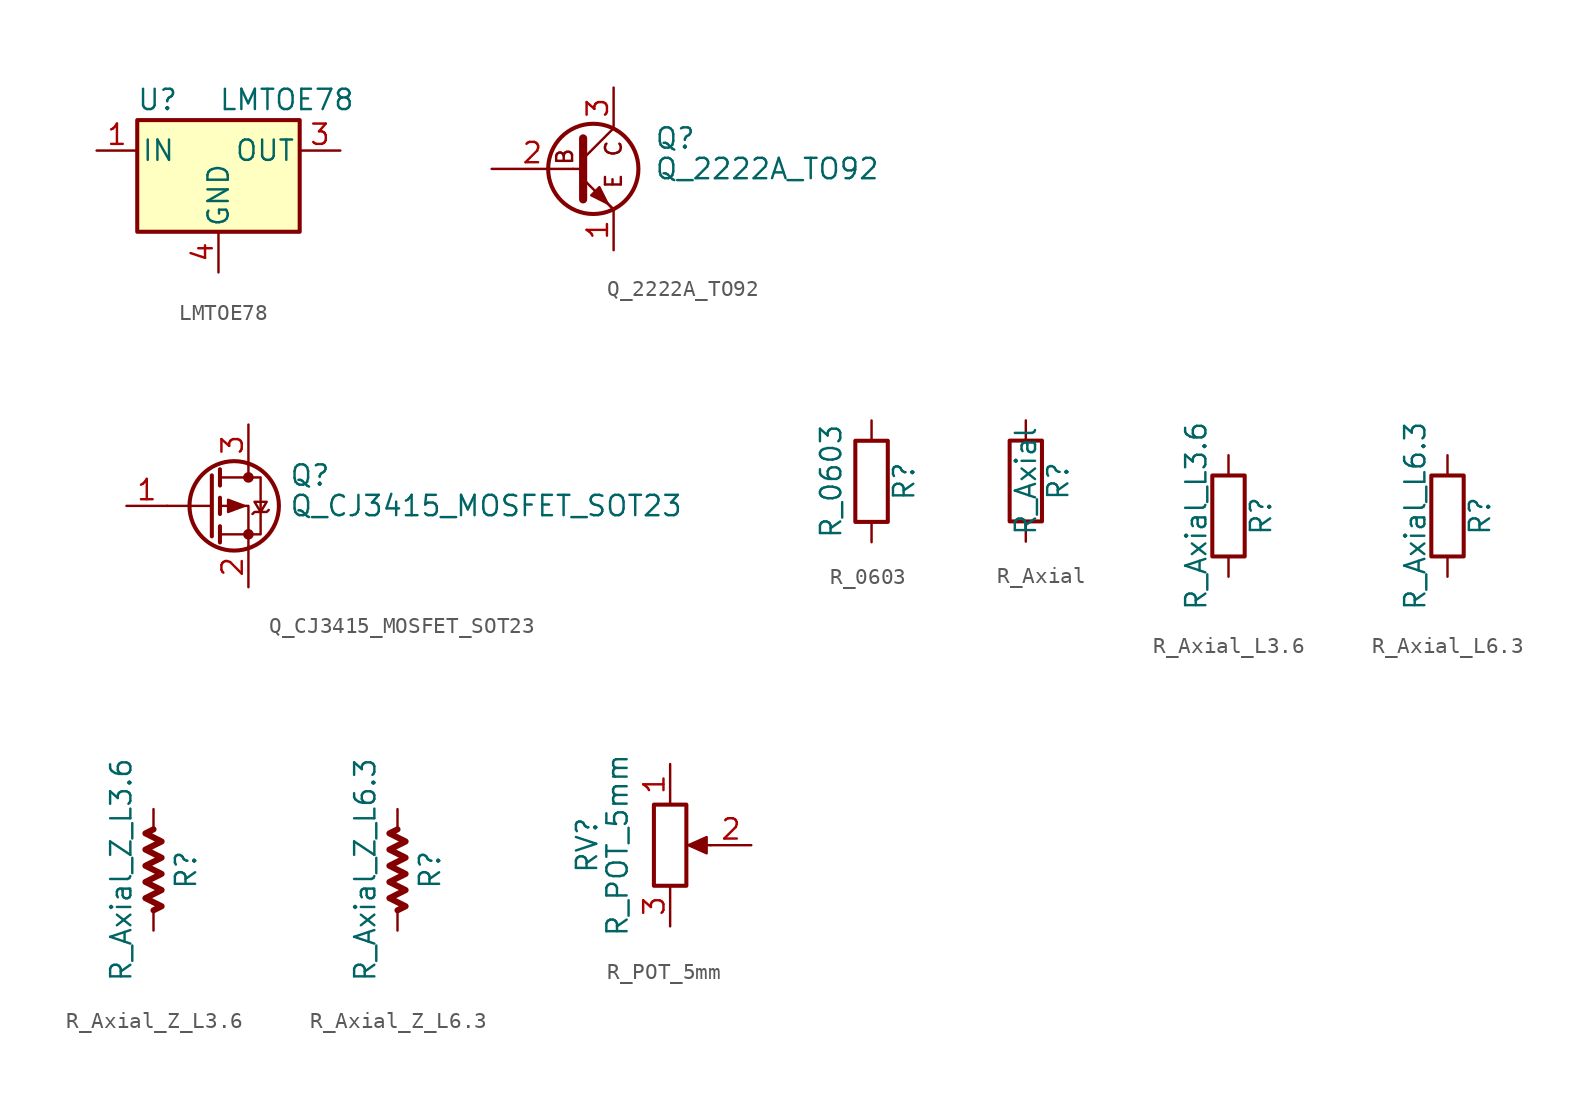
<source format=kicad_sym>
(kicad_symbol_lib
  (version 20211014)
  (generator kicad_symbol_editor)
  (symbol "LMTOE78"
    (pin_names
      (offset 0.254))
    (property "Reference" "U"
      (at -3.81 3.175 0)
      (effects (font (size 1.27 1.27))))
    (property "Value" "LMTOE78"
      (at 0 3.175 0)
      (effects (font (size 1.27 1.27)) (justify left)))
    (symbol "LMTOE78_0_1"
      (rectangle (start -5.08 1.905) (end 5.08 -5.08) (stroke (width 0.254) (type default) (color 0 0 0 0)) (fill (type background))))
    (symbol "LMTOE78_1_1"
      (pin power_in line (at -7.62 0 0) (length 2.54) (name "IN" (effects (font (size 1.27 1.27)))) (number "1" (effects (font (size 1.27 1.27)))))
      (pin power_out line (at 7.62 0 180) (length 2.54) (name "OUT" (effects (font (size 1.27 1.27)))) (number "3" (effects (font (size 1.27 1.27)))))
      (pin power_in line (at 0 -7.62 90) (length 2.54) (name "GND" (effects (font (size 1.27 1.27)))) (number "4" (effects (font (size 1.27 1.27)))))))
  (symbol "Q_2222A_TO92"
    (pin_names
      (offset 0) hide)
    (property "Reference" "Q"
      (at 5.08 1.905 0)
      (effects (font (size 1.27 1.27)) (justify left)))
    (property "Value" "Q_2222A_TO92"
      (at 5.08 0 0)
      (effects (font (size 1.27 1.27)) (justify left)))
    (symbol "Q_2222A_TO92_0_0"
      (text "B" (at -0.508 0.762 900) (effects (font (size 0.991 0.991))))
      (text "C" (at 2.54 1.27 900) (effects (font (size 0.991 0.991))))
      (text "E" (at 2.54 -0.762 900) (effects (font (size 0.991 0.991)))))
    (symbol "Q_2222A_TO92_0_1"
      (polyline (pts (xy 0 0) (xy 0.635 0)) (stroke (width 0) (type default) (color 0 0 0 0)) (fill (type none)))
      (polyline (pts (xy 2.54 -2.54) (xy 0.635 -0.635)) (stroke (width 0) (type default) (color 0 0 0 0)) (fill (type none)))
      (polyline (pts (xy 2.54 2.54) (xy 0.635 0.635)) (stroke (width 0) (type default) (color 0 0 0 0)) (fill (type none)))
      (polyline (pts (xy 0.635 1.905) (xy 0.635 -1.905) (xy 0.635 -1.905)) (stroke (width 0.508) (type default) (color 0 0 0 0)) (fill (type none)))
      (polyline (pts (xy 2.413 -2.413) (xy 1.905 -1.905) (xy 1.905 -1.905)) (stroke (width 0) (type default) (color 0 0 0 0)) (fill (type none)))
      (polyline (pts (xy 1.143 -1.651) (xy 1.651 -1.143) (xy 2.159 -2.159) (xy 1.143 -1.651) (xy 1.143 -1.651)) (stroke (width 0) (type default) (color 0 0 0 0)) (fill (type outline)))
      (circle (center 1.27 0) (radius 2.819) (stroke (width 0.254) (type default) (color 0 0 0 0)) (fill (type none))))
    (symbol "Q_2222A_TO92_1_1"
      (pin passive line (at 2.54 -5.08 90) (length 2.54) (name "E" (effects (font (size 1.27 1.27)))) (number "1" (effects (font (size 1.27 1.27)))))
      (pin input line (at -5.08 0 0) (length 5.08) (name "B" (effects (font (size 1.27 1.27)))) (number "2" (effects (font (size 1.27 1.27)))))
      (pin passive line (at 2.54 5.08 270) (length 2.54) (name "C" (effects (font (size 1.27 1.27)))) (number "3" (effects (font (size 1.27 1.27)))))))
  (symbol "Q_CJ3415_MOSFET_SOT23"
    (pin_names hide)
    (property "Reference" "Q"
      (at 5.08 1.905 0)
      (effects (font (size 1.27 1.27)) (justify left)))
    (property "Value" "Q_CJ3415_MOSFET_SOT23"
      (at 5.08 0 0)
      (effects (font (size 1.27 1.27)) (justify left)))
    (symbol "Q_CJ3415_MOSFET_SOT23_0_1"
      (polyline (pts (xy 0.254 0) (xy -2.54 0)) (stroke (width 0) (type default) (color 0 0 0 0)) (fill (type none)))
      (polyline (pts (xy 0.254 1.905) (xy 0.254 -1.905)) (stroke (width 0.254) (type default) (color 0 0 0 0)) (fill (type none)))
      (polyline (pts (xy 0.762 -1.27) (xy 0.762 -2.286)) (stroke (width 0.254) (type default) (color 0 0 0 0)) (fill (type none)))
      (polyline (pts (xy 0.762 0.508) (xy 0.762 -0.508)) (stroke (width 0.254) (type default) (color 0 0 0 0)) (fill (type none)))
      (polyline (pts (xy 0.762 2.286) (xy 0.762 1.27)) (stroke (width 0.254) (type default) (color 0 0 0 0)) (fill (type none)))
      (polyline (pts (xy 2.54 2.54) (xy 2.54 1.778)) (stroke (width 0) (type default) (color 0 0 0 0)) (fill (type none)))
      (polyline (pts (xy 2.54 -2.54) (xy 2.54 0) (xy 0.762 0)) (stroke (width 0) (type default) (color 0 0 0 0)) (fill (type none)))
      (polyline (pts (xy 0.762 1.778) (xy 3.302 1.778) (xy 3.302 -1.778) (xy 0.762 -1.778)) (stroke (width 0) (type default) (color 0 0 0 0)) (fill (type none)))
      (polyline (pts (xy 2.286 0) (xy 1.27 0.381) (xy 1.27 -0.381) (xy 2.286 0)) (stroke (width 0) (type default) (color 0 0 0 0)) (fill (type outline)))
      (polyline (pts (xy 2.794 -0.508) (xy 2.921 -0.381) (xy 3.683 -0.381) (xy 3.81 -0.254)) (stroke (width 0) (type default) (color 0 0 0 0)) (fill (type none)))
      (polyline (pts (xy 3.302 -0.381) (xy 2.921 0.254) (xy 3.683 0.254) (xy 3.302 -0.381)) (stroke (width 0) (type default) (color 0 0 0 0)) (fill (type none)))
      (circle (center 1.651 0) (radius 2.794) (stroke (width 0.254) (type default) (color 0 0 0 0)) (fill (type none)))
      (circle (center 2.54 -1.778) (radius 0.254) (stroke (width 0) (type default) (color 0 0 0 0)) (fill (type outline)))
      (circle (center 2.54 1.778) (radius 0.254) (stroke (width 0) (type default) (color 0 0 0 0)) (fill (type outline))))
    (symbol "Q_CJ3415_MOSFET_SOT23_1_1"
      (pin input line (at -5.08 0 0) (length 2.54) (name "G" (effects (font (size 1.27 1.27)))) (number "1" (effects (font (size 1.27 1.27)))))
      (pin passive line (at 2.54 -5.08 90) (length 2.54) (name "S" (effects (font (size 1.27 1.27)))) (number "2" (effects (font (size 1.27 1.27)))))
      (pin passive line (at 2.54 5.08 270) (length 2.54) (name "D" (effects (font (size 1.27 1.27)))) (number "3" (effects (font (size 1.27 1.27)))))))
  (symbol "R_0603"
    (pin_numbers hide)
    (pin_names
      (offset 0))
    (property "Reference" "R"
      (at 2.032 0 90)
      (effects (font (size 1.27 1.27))))
    (property "Value" "R_0603"
      (at -2.54 0 90)
      (effects (font (size 1.27 1.27))))
    (symbol "R_0603_0_1"
      (rectangle (start -1.016 -2.54) (end 1.016 2.54) (stroke (width 0.254) (type default) (color 0 0 0 0)) (fill (type none))))
    (symbol "R_0603_1_1"
      (pin passive line (at 0 3.81 270) (length 1.27) (name "~" (effects (font (size 1.27 1.27)))) (number "1" (effects (font (size 1.27 1.27)))))
      (pin passive line (at 0 -3.81 90) (length 1.27) (name "~" (effects (font (size 1.27 1.27)))) (number "2" (effects (font (size 1.27 1.27)))))))
  (symbol "R_Axial"
    (pin_numbers hide)
    (pin_names
      (offset 0))
    (property "Reference" "R"
      (at 2.032 0 90)
      (effects (font (size 1.27 1.27))))
    (property "Value" "R_Axial"
      (at 0 0 90)
      (effects (font (size 1.27 1.27))))
    (symbol "R_Axial_0_1"
      (rectangle (start -1.016 -2.54) (end 1.016 2.54) (stroke (width 0.254) (type default) (color 0 0 0 0)) (fill (type none))))
    (symbol "R_Axial_1_1"
      (pin passive line (at 0 3.81 270) (length 1.27) (name "~" (effects (font (size 1.27 1.27)))) (number "1" (effects (font (size 1.27 1.27)))))
      (pin passive line (at 0 -3.81 90) (length 1.27) (name "~" (effects (font (size 1.27 1.27)))) (number "2" (effects (font (size 1.27 1.27)))))))
  (symbol "R_Axial_L3.6"
    (pin_numbers hide)
    (pin_names
      (offset 0))
    (property "Reference" "R"
      (at 2.032 0 90)
      (effects (font (size 1.27 1.27))))
    (property "Value" "R_Axial_L3.6"
      (at -2.032 0 90)
      (effects (font (size 1.27 1.27))))
    (symbol "R_Axial_L3.6_0_1"
      (rectangle (start -1.016 -2.54) (end 1.016 2.54) (stroke (width 0.254) (type default) (color 0 0 0 0)) (fill (type none))))
    (symbol "R_Axial_L3.6_1_1"
      (pin passive line (at 0 3.81 270) (length 1.27) (name "~" (effects (font (size 1.27 1.27)))) (number "1" (effects (font (size 1.27 1.27)))))
      (pin passive line (at 0 -3.81 90) (length 1.27) (name "~" (effects (font (size 1.27 1.27)))) (number "2" (effects (font (size 1.27 1.27)))))))
  (symbol "R_Axial_L6.3"
    (pin_numbers hide)
    (pin_names
      (offset 0))
    (property "Reference" "R"
      (at 2.032 0 90)
      (effects (font (size 1.27 1.27))))
    (property "Value" "R_Axial_L6.3"
      (at -2.032 0 90)
      (effects (font (size 1.27 1.27))))
    (symbol "R_Axial_L6.3_0_1"
      (rectangle (start -1.016 -2.54) (end 1.016 2.54) (stroke (width 0.254) (type default) (color 0 0 0 0)) (fill (type none))))
    (symbol "R_Axial_L6.3_1_1"
      (pin passive line (at 0 3.81 270) (length 1.27) (name "~" (effects (font (size 1.27 1.27)))) (number "1" (effects (font (size 1.27 1.27)))))
      (pin passive line (at 0 -3.81 90) (length 1.27) (name "~" (effects (font (size 1.27 1.27)))) (number "2" (effects (font (size 1.27 1.27)))))))
  (symbol "R_Axial_Z_L3.6"
    (pin_numbers hide)
    (pin_names
      (offset 0))
    (property "Reference" "R"
      (at 2.032 0 90)
      (effects (font (size 1.27 1.27))))
    (property "Value" "R_Axial_Z_L3.6"
      (at -2.032 0 90)
      (effects (font (size 1.27 1.27))))
    (symbol "R_Axial_Z_L3.6_0_1"
      (polyline (pts (xy 0 2.54) (xy -0.508 2.286) (xy 0.508 1.778) (xy -0.508 1.27) (xy 0.508 0.762) (xy -0.508 0.254) (xy 0.508 -0.254) (xy -0.508 -0.762) (xy 0.508 -1.27) (xy -0.508 -1.778) (xy 0.508 -2.286) (xy 0 -2.54)) (stroke (width 0.381) (type default) (color 0 0 0 0)) (fill (type none))))
    (symbol "R_Axial_Z_L3.6_1_1"
      (pin passive line (at 0 3.81 270) (length 1.27) (name "~" (effects (font (size 1.27 1.27)))) (number "1" (effects (font (size 1.27 1.27)))))
      (pin passive line (at 0 -3.81 90) (length 1.27) (name "~" (effects (font (size 1.27 1.27)))) (number "2" (effects (font (size 1.27 1.27)))))))
  (symbol "R_Axial_Z_L6.3"
    (pin_numbers hide)
    (pin_names
      (offset 0))
    (property "Reference" "R"
      (at 2.032 0 90)
      (effects (font (size 1.27 1.27))))
    (property "Value" "R_Axial_Z_L6.3"
      (at -2.032 0 90)
      (effects (font (size 1.27 1.27))))
    (symbol "R_Axial_Z_L6.3_0_1"
      (polyline (pts (xy 0 2.54) (xy -0.508 2.286) (xy 0.508 1.778) (xy -0.508 1.27) (xy 0.508 0.762) (xy -0.508 0.254) (xy 0.508 -0.254) (xy -0.508 -0.762) (xy 0.508 -1.27) (xy -0.508 -1.778) (xy 0.508 -2.286) (xy 0 -2.54)) (stroke (width 0.381) (type default) (color 0 0 0 0)) (fill (type none))))
    (symbol "R_Axial_Z_L6.3_1_1"
      (pin passive line (at 0 3.81 270) (length 1.27) (name "~" (effects (font (size 1.27 1.27)))) (number "1" (effects (font (size 1.27 1.27)))))
      (pin passive line (at 0 -3.81 90) (length 1.27) (name "~" (effects (font (size 1.27 1.27)))) (number "2" (effects (font (size 1.27 1.27)))))))
  (symbol "R_POT_5mm"
    (pin_names
      (offset 1.016) hide)
    (property "Reference" "RV"
      (at -5.207 0 90)
      (effects (font (size 1.27 1.27))))
    (property "Value" "R_POT_5mm"
      (at -3.302 0 90)
      (effects (font (size 1.27 1.27))))
    (symbol "R_POT_5mm_0_1"
      (polyline (pts (xy 2.54 0) (xy 1.524 0)) (stroke (width 0) (type default) (color 0 0 0 0)) (fill (type none)))
      (polyline (pts (xy 1.143 0) (xy 2.286 0.508) (xy 2.286 -0.508) (xy 1.143 0)) (stroke (width 0) (type default) (color 0 0 0 0)) (fill (type outline)))
      (rectangle (start 1.016 2.54) (end -1.016 -2.54) (stroke (width 0.254) (type default) (color 0 0 0 0)) (fill (type none))))
    (symbol "R_POT_5mm_1_1"
      (pin passive line (at 0 5.08 270) (length 2.54) (name "1" (effects (font (size 1.27 1.27)))) (number "1" (effects (font (size 1.27 1.27)))))
      (pin output line (at 5.08 0 180) (length 2.54) (name "2" (effects (font (size 1.27 1.27)))) (number "2" (effects (font (size 1.27 1.27)))))
      (pin input line (at 0 -5.08 90) (length 2.54) (name "3" (effects (font (size 1.27 1.27)))) (number "3" (effects (font (size 1.27 1.27))))))))
</source>
